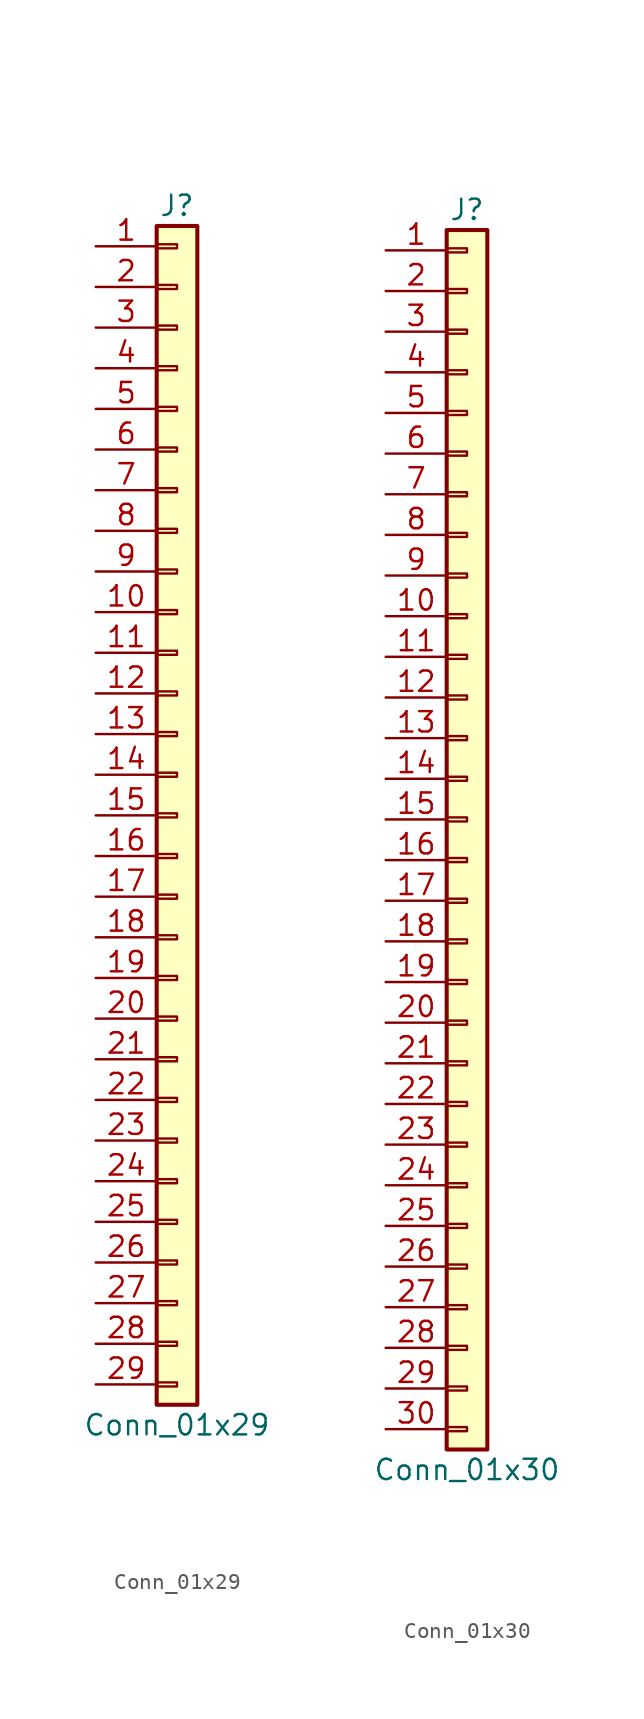
<source format=kicad_sym>
(kicad_symbol_lib
  (version 20220914)
  (generator kicad_symbol_editor)
  (symbol "Conn_01x29"
    (pin_names
      (offset 1.016) hide)
    (property "Reference" "J"
      (at 0 38.1 0)
      (effects (font (size 1.27 1.27))))
    (property "Value" "Conn_01x29"
      (at 0 -38.1 0)
      (effects (font (size 1.27 1.27))))
    (symbol "Conn_01x29_1_1"
      (rectangle (start -1.27 -35.433) (end 0 -35.687) (stroke (width 0.152) (type solid)) (fill (type none)))
      (rectangle (start -1.27 -32.893) (end 0 -33.147) (stroke (width 0.152) (type solid)) (fill (type none)))
      (rectangle (start -1.27 -30.353) (end 0 -30.607) (stroke (width 0.152) (type solid)) (fill (type none)))
      (rectangle (start -1.27 -27.813) (end 0 -28.067) (stroke (width 0.152) (type solid)) (fill (type none)))
      (rectangle (start -1.27 -25.273) (end 0 -25.527) (stroke (width 0.152) (type solid)) (fill (type none)))
      (rectangle (start -1.27 -22.733) (end 0 -22.987) (stroke (width 0.152) (type solid)) (fill (type none)))
      (rectangle (start -1.27 -20.193) (end 0 -20.447) (stroke (width 0.152) (type solid)) (fill (type none)))
      (rectangle (start -1.27 -17.653) (end 0 -17.907) (stroke (width 0.152) (type solid)) (fill (type none)))
      (rectangle (start -1.27 -15.113) (end 0 -15.367) (stroke (width 0.152) (type solid)) (fill (type none)))
      (rectangle (start -1.27 -12.573) (end 0 -12.827) (stroke (width 0.152) (type solid)) (fill (type none)))
      (rectangle (start -1.27 -10.033) (end 0 -10.287) (stroke (width 0.152) (type solid)) (fill (type none)))
      (rectangle (start -1.27 -7.493) (end 0 -7.747) (stroke (width 0.152) (type solid)) (fill (type none)))
      (rectangle (start -1.27 -4.953) (end 0 -5.207) (stroke (width 0.152) (type solid)) (fill (type none)))
      (rectangle (start -1.27 -2.413) (end 0 -2.667) (stroke (width 0.152) (type solid)) (fill (type none)))
      (rectangle (start -1.27 0.127) (end 0 -0.127) (stroke (width 0.152) (type solid)) (fill (type none)))
      (rectangle (start -1.27 2.667) (end 0 2.413) (stroke (width 0.152) (type solid)) (fill (type none)))
      (rectangle (start -1.27 5.207) (end 0 4.953) (stroke (width 0.152) (type solid)) (fill (type none)))
      (rectangle (start -1.27 7.747) (end 0 7.493) (stroke (width 0.152) (type solid)) (fill (type none)))
      (rectangle (start -1.27 10.287) (end 0 10.033) (stroke (width 0.152) (type solid)) (fill (type none)))
      (rectangle (start -1.27 12.827) (end 0 12.573) (stroke (width 0.152) (type solid)) (fill (type none)))
      (rectangle (start -1.27 15.367) (end 0 15.113) (stroke (width 0.152) (type solid)) (fill (type none)))
      (rectangle (start -1.27 17.907) (end 0 17.653) (stroke (width 0.152) (type solid)) (fill (type none)))
      (rectangle (start -1.27 20.447) (end 0 20.193) (stroke (width 0.152) (type solid)) (fill (type none)))
      (rectangle (start -1.27 22.987) (end 0 22.733) (stroke (width 0.152) (type solid)) (fill (type none)))
      (rectangle (start -1.27 25.527) (end 0 25.273) (stroke (width 0.152) (type solid)) (fill (type none)))
      (rectangle (start -1.27 28.067) (end 0 27.813) (stroke (width 0.152) (type solid)) (fill (type none)))
      (rectangle (start -1.27 30.607) (end 0 30.353) (stroke (width 0.152) (type solid)) (fill (type none)))
      (rectangle (start -1.27 33.147) (end 0 32.893) (stroke (width 0.152) (type solid)) (fill (type none)))
      (rectangle (start -1.27 35.687) (end 0 35.433) (stroke (width 0.152) (type solid)) (fill (type none)))
      (rectangle (start -1.27 36.83) (end 1.27 -36.83) (stroke (width 0.254) (type solid)) (fill (type background)))
      (pin passive line (at -5.08 35.56 0) (length 3.81) (name "Pin_1" (effects (font (size 1.27 1.27)))) (number "1" (effects (font (size 1.27 1.27)))))
      (pin passive line (at -5.08 12.7 0) (length 3.81) (name "Pin_10" (effects (font (size 1.27 1.27)))) (number "10" (effects (font (size 1.27 1.27)))))
      (pin passive line (at -5.08 10.16 0) (length 3.81) (name "Pin_11" (effects (font (size 1.27 1.27)))) (number "11" (effects (font (size 1.27 1.27)))))
      (pin passive line (at -5.08 7.62 0) (length 3.81) (name "Pin_12" (effects (font (size 1.27 1.27)))) (number "12" (effects (font (size 1.27 1.27)))))
      (pin passive line (at -5.08 5.08 0) (length 3.81) (name "Pin_13" (effects (font (size 1.27 1.27)))) (number "13" (effects (font (size 1.27 1.27)))))
      (pin passive line (at -5.08 2.54 0) (length 3.81) (name "Pin_14" (effects (font (size 1.27 1.27)))) (number "14" (effects (font (size 1.27 1.27)))))
      (pin passive line (at -5.08 0 0) (length 3.81) (name "Pin_15" (effects (font (size 1.27 1.27)))) (number "15" (effects (font (size 1.27 1.27)))))
      (pin passive line (at -5.08 -2.54 0) (length 3.81) (name "Pin_16" (effects (font (size 1.27 1.27)))) (number "16" (effects (font (size 1.27 1.27)))))
      (pin passive line (at -5.08 -5.08 0) (length 3.81) (name "Pin_17" (effects (font (size 1.27 1.27)))) (number "17" (effects (font (size 1.27 1.27)))))
      (pin passive line (at -5.08 -7.62 0) (length 3.81) (name "Pin_18" (effects (font (size 1.27 1.27)))) (number "18" (effects (font (size 1.27 1.27)))))
      (pin passive line (at -5.08 -10.16 0) (length 3.81) (name "Pin_19" (effects (font (size 1.27 1.27)))) (number "19" (effects (font (size 1.27 1.27)))))
      (pin passive line (at -5.08 33.02 0) (length 3.81) (name "Pin_2" (effects (font (size 1.27 1.27)))) (number "2" (effects (font (size 1.27 1.27)))))
      (pin passive line (at -5.08 -12.7 0) (length 3.81) (name "Pin_20" (effects (font (size 1.27 1.27)))) (number "20" (effects (font (size 1.27 1.27)))))
      (pin passive line (at -5.08 -15.24 0) (length 3.81) (name "Pin_21" (effects (font (size 1.27 1.27)))) (number "21" (effects (font (size 1.27 1.27)))))
      (pin passive line (at -5.08 -17.78 0) (length 3.81) (name "Pin_22" (effects (font (size 1.27 1.27)))) (number "22" (effects (font (size 1.27 1.27)))))
      (pin passive line (at -5.08 -20.32 0) (length 3.81) (name "Pin_23" (effects (font (size 1.27 1.27)))) (number "23" (effects (font (size 1.27 1.27)))))
      (pin passive line (at -5.08 -22.86 0) (length 3.81) (name "Pin_24" (effects (font (size 1.27 1.27)))) (number "24" (effects (font (size 1.27 1.27)))))
      (pin passive line (at -5.08 -25.4 0) (length 3.81) (name "Pin_25" (effects (font (size 1.27 1.27)))) (number "25" (effects (font (size 1.27 1.27)))))
      (pin passive line (at -5.08 -27.94 0) (length 3.81) (name "Pin_26" (effects (font (size 1.27 1.27)))) (number "26" (effects (font (size 1.27 1.27)))))
      (pin passive line (at -5.08 -30.48 0) (length 3.81) (name "Pin_27" (effects (font (size 1.27 1.27)))) (number "27" (effects (font (size 1.27 1.27)))))
      (pin passive line (at -5.08 -33.02 0) (length 3.81) (name "Pin_28" (effects (font (size 1.27 1.27)))) (number "28" (effects (font (size 1.27 1.27)))))
      (pin passive line (at -5.08 -35.56 0) (length 3.81) (name "Pin_29" (effects (font (size 1.27 1.27)))) (number "29" (effects (font (size 1.27 1.27)))))
      (pin passive line (at -5.08 30.48 0) (length 3.81) (name "Pin_3" (effects (font (size 1.27 1.27)))) (number "3" (effects (font (size 1.27 1.27)))))
      (pin passive line (at -5.08 27.94 0) (length 3.81) (name "Pin_4" (effects (font (size 1.27 1.27)))) (number "4" (effects (font (size 1.27 1.27)))))
      (pin passive line (at -5.08 25.4 0) (length 3.81) (name "Pin_5" (effects (font (size 1.27 1.27)))) (number "5" (effects (font (size 1.27 1.27)))))
      (pin passive line (at -5.08 22.86 0) (length 3.81) (name "Pin_6" (effects (font (size 1.27 1.27)))) (number "6" (effects (font (size 1.27 1.27)))))
      (pin passive line (at -5.08 20.32 0) (length 3.81) (name "Pin_7" (effects (font (size 1.27 1.27)))) (number "7" (effects (font (size 1.27 1.27)))))
      (pin passive line (at -5.08 17.78 0) (length 3.81) (name "Pin_8" (effects (font (size 1.27 1.27)))) (number "8" (effects (font (size 1.27 1.27)))))
      (pin passive line (at -5.08 15.24 0) (length 3.81) (name "Pin_9" (effects (font (size 1.27 1.27)))) (number "9" (effects (font (size 1.27 1.27)))))))
  (symbol "Conn_01x30"
    (pin_names
      (offset 1.016) hide)
    (property "Reference" "J"
      (at 0 38.1 0)
      (effects (font (size 1.27 1.27))))
    (property "Value" "Conn_01x30"
      (at 0 -40.64 0)
      (effects (font (size 1.27 1.27))))
    (symbol "Conn_01x30_1_1"
      (rectangle (start -1.27 -37.973) (end 0 -38.227) (stroke (width 0.152) (type solid)) (fill (type none)))
      (rectangle (start -1.27 -35.433) (end 0 -35.687) (stroke (width 0.152) (type solid)) (fill (type none)))
      (rectangle (start -1.27 -32.893) (end 0 -33.147) (stroke (width 0.152) (type solid)) (fill (type none)))
      (rectangle (start -1.27 -30.353) (end 0 -30.607) (stroke (width 0.152) (type solid)) (fill (type none)))
      (rectangle (start -1.27 -27.813) (end 0 -28.067) (stroke (width 0.152) (type solid)) (fill (type none)))
      (rectangle (start -1.27 -25.273) (end 0 -25.527) (stroke (width 0.152) (type solid)) (fill (type none)))
      (rectangle (start -1.27 -22.733) (end 0 -22.987) (stroke (width 0.152) (type solid)) (fill (type none)))
      (rectangle (start -1.27 -20.193) (end 0 -20.447) (stroke (width 0.152) (type solid)) (fill (type none)))
      (rectangle (start -1.27 -17.653) (end 0 -17.907) (stroke (width 0.152) (type solid)) (fill (type none)))
      (rectangle (start -1.27 -15.113) (end 0 -15.367) (stroke (width 0.152) (type solid)) (fill (type none)))
      (rectangle (start -1.27 -12.573) (end 0 -12.827) (stroke (width 0.152) (type solid)) (fill (type none)))
      (rectangle (start -1.27 -10.033) (end 0 -10.287) (stroke (width 0.152) (type solid)) (fill (type none)))
      (rectangle (start -1.27 -7.493) (end 0 -7.747) (stroke (width 0.152) (type solid)) (fill (type none)))
      (rectangle (start -1.27 -4.953) (end 0 -5.207) (stroke (width 0.152) (type solid)) (fill (type none)))
      (rectangle (start -1.27 -2.413) (end 0 -2.667) (stroke (width 0.152) (type solid)) (fill (type none)))
      (rectangle (start -1.27 0.127) (end 0 -0.127) (stroke (width 0.152) (type solid)) (fill (type none)))
      (rectangle (start -1.27 2.667) (end 0 2.413) (stroke (width 0.152) (type solid)) (fill (type none)))
      (rectangle (start -1.27 5.207) (end 0 4.953) (stroke (width 0.152) (type solid)) (fill (type none)))
      (rectangle (start -1.27 7.747) (end 0 7.493) (stroke (width 0.152) (type solid)) (fill (type none)))
      (rectangle (start -1.27 10.287) (end 0 10.033) (stroke (width 0.152) (type solid)) (fill (type none)))
      (rectangle (start -1.27 12.827) (end 0 12.573) (stroke (width 0.152) (type solid)) (fill (type none)))
      (rectangle (start -1.27 15.367) (end 0 15.113) (stroke (width 0.152) (type solid)) (fill (type none)))
      (rectangle (start -1.27 17.907) (end 0 17.653) (stroke (width 0.152) (type solid)) (fill (type none)))
      (rectangle (start -1.27 20.447) (end 0 20.193) (stroke (width 0.152) (type solid)) (fill (type none)))
      (rectangle (start -1.27 22.987) (end 0 22.733) (stroke (width 0.152) (type solid)) (fill (type none)))
      (rectangle (start -1.27 25.527) (end 0 25.273) (stroke (width 0.152) (type solid)) (fill (type none)))
      (rectangle (start -1.27 28.067) (end 0 27.813) (stroke (width 0.152) (type solid)) (fill (type none)))
      (rectangle (start -1.27 30.607) (end 0 30.353) (stroke (width 0.152) (type solid)) (fill (type none)))
      (rectangle (start -1.27 33.147) (end 0 32.893) (stroke (width 0.152) (type solid)) (fill (type none)))
      (rectangle (start -1.27 35.687) (end 0 35.433) (stroke (width 0.152) (type solid)) (fill (type none)))
      (rectangle (start -1.27 36.83) (end 1.27 -39.37) (stroke (width 0.254) (type solid)) (fill (type background)))
      (pin passive line (at -5.08 35.56 0) (length 3.81) (name "Pin_1" (effects (font (size 1.27 1.27)))) (number "1" (effects (font (size 1.27 1.27)))))
      (pin passive line (at -5.08 12.7 0) (length 3.81) (name "Pin_10" (effects (font (size 1.27 1.27)))) (number "10" (effects (font (size 1.27 1.27)))))
      (pin passive line (at -5.08 10.16 0) (length 3.81) (name "Pin_11" (effects (font (size 1.27 1.27)))) (number "11" (effects (font (size 1.27 1.27)))))
      (pin passive line (at -5.08 7.62 0) (length 3.81) (name "Pin_12" (effects (font (size 1.27 1.27)))) (number "12" (effects (font (size 1.27 1.27)))))
      (pin passive line (at -5.08 5.08 0) (length 3.81) (name "Pin_13" (effects (font (size 1.27 1.27)))) (number "13" (effects (font (size 1.27 1.27)))))
      (pin passive line (at -5.08 2.54 0) (length 3.81) (name "Pin_14" (effects (font (size 1.27 1.27)))) (number "14" (effects (font (size 1.27 1.27)))))
      (pin passive line (at -5.08 0 0) (length 3.81) (name "Pin_15" (effects (font (size 1.27 1.27)))) (number "15" (effects (font (size 1.27 1.27)))))
      (pin passive line (at -5.08 -2.54 0) (length 3.81) (name "Pin_16" (effects (font (size 1.27 1.27)))) (number "16" (effects (font (size 1.27 1.27)))))
      (pin passive line (at -5.08 -5.08 0) (length 3.81) (name "Pin_17" (effects (font (size 1.27 1.27)))) (number "17" (effects (font (size 1.27 1.27)))))
      (pin passive line (at -5.08 -7.62 0) (length 3.81) (name "Pin_18" (effects (font (size 1.27 1.27)))) (number "18" (effects (font (size 1.27 1.27)))))
      (pin passive line (at -5.08 -10.16 0) (length 3.81) (name "Pin_19" (effects (font (size 1.27 1.27)))) (number "19" (effects (font (size 1.27 1.27)))))
      (pin passive line (at -5.08 33.02 0) (length 3.81) (name "Pin_2" (effects (font (size 1.27 1.27)))) (number "2" (effects (font (size 1.27 1.27)))))
      (pin passive line (at -5.08 -12.7 0) (length 3.81) (name "Pin_20" (effects (font (size 1.27 1.27)))) (number "20" (effects (font (size 1.27 1.27)))))
      (pin passive line (at -5.08 -15.24 0) (length 3.81) (name "Pin_21" (effects (font (size 1.27 1.27)))) (number "21" (effects (font (size 1.27 1.27)))))
      (pin passive line (at -5.08 -17.78 0) (length 3.81) (name "Pin_22" (effects (font (size 1.27 1.27)))) (number "22" (effects (font (size 1.27 1.27)))))
      (pin passive line (at -5.08 -20.32 0) (length 3.81) (name "Pin_23" (effects (font (size 1.27 1.27)))) (number "23" (effects (font (size 1.27 1.27)))))
      (pin passive line (at -5.08 -22.86 0) (length 3.81) (name "Pin_24" (effects (font (size 1.27 1.27)))) (number "24" (effects (font (size 1.27 1.27)))))
      (pin passive line (at -5.08 -25.4 0) (length 3.81) (name "Pin_25" (effects (font (size 1.27 1.27)))) (number "25" (effects (font (size 1.27 1.27)))))
      (pin passive line (at -5.08 -27.94 0) (length 3.81) (name "Pin_26" (effects (font (size 1.27 1.27)))) (number "26" (effects (font (size 1.27 1.27)))))
      (pin passive line (at -5.08 -30.48 0) (length 3.81) (name "Pin_27" (effects (font (size 1.27 1.27)))) (number "27" (effects (font (size 1.27 1.27)))))
      (pin passive line (at -5.08 -33.02 0) (length 3.81) (name "Pin_28" (effects (font (size 1.27 1.27)))) (number "28" (effects (font (size 1.27 1.27)))))
      (pin passive line (at -5.08 -35.56 0) (length 3.81) (name "Pin_29" (effects (font (size 1.27 1.27)))) (number "29" (effects (font (size 1.27 1.27)))))
      (pin passive line (at -5.08 30.48 0) (length 3.81) (name "Pin_3" (effects (font (size 1.27 1.27)))) (number "3" (effects (font (size 1.27 1.27)))))
      (pin passive line (at -5.08 -38.1 0) (length 3.81) (name "Pin_30" (effects (font (size 1.27 1.27)))) (number "30" (effects (font (size 1.27 1.27)))))
      (pin passive line (at -5.08 27.94 0) (length 3.81) (name "Pin_4" (effects (font (size 1.27 1.27)))) (number "4" (effects (font (size 1.27 1.27)))))
      (pin passive line (at -5.08 25.4 0) (length 3.81) (name "Pin_5" (effects (font (size 1.27 1.27)))) (number "5" (effects (font (size 1.27 1.27)))))
      (pin passive line (at -5.08 22.86 0) (length 3.81) (name "Pin_6" (effects (font (size 1.27 1.27)))) (number "6" (effects (font (size 1.27 1.27)))))
      (pin passive line (at -5.08 20.32 0) (length 3.81) (name "Pin_7" (effects (font (size 1.27 1.27)))) (number "7" (effects (font (size 1.27 1.27)))))
      (pin passive line (at -5.08 17.78 0) (length 3.81) (name "Pin_8" (effects (font (size 1.27 1.27)))) (number "8" (effects (font (size 1.27 1.27)))))
      (pin passive line (at -5.08 15.24 0) (length 3.81) (name "Pin_9" (effects (font (size 1.27 1.27)))) (number "9" (effects (font (size 1.27 1.27))))))))
</source>
